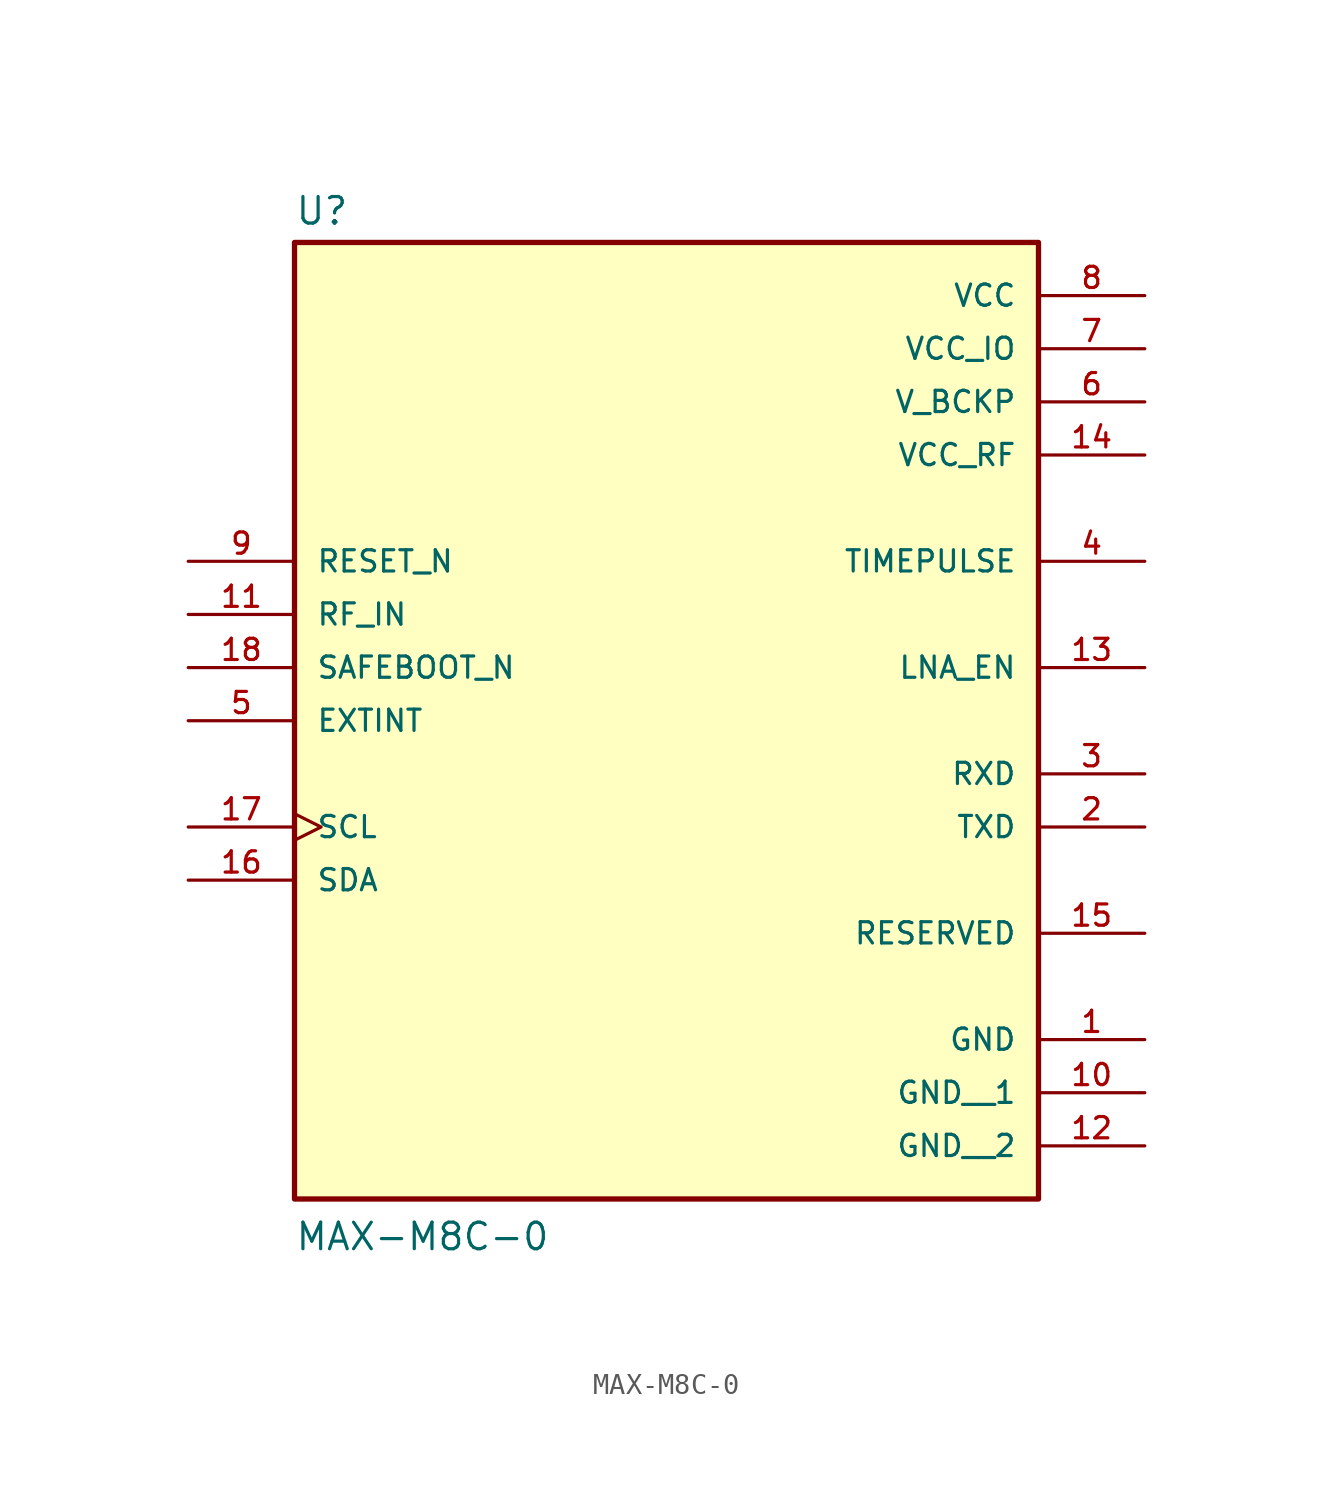
<source format=kicad_sym>
(kicad_symbol_lib
  (version 20211014)
  (generator kicad_symbol_editor)
  (symbol "MAX-M8C-0"
    (pin_names
      (offset 1.016))
    (property "Reference" "U"
      (at -17.78 21.082 0)
      (effects (font (size 1.27 1.27)) (justify bottom left)))
    (property "Value" "MAX-M8C-0"
      (at -17.78 -27.94 0)
      (effects (font (size 1.27 1.27)) (justify bottom left)))
    (symbol "MAX-M8C-0_0_0"
      (rectangle (start -17.78 -25.4) (end 17.78 20.32) (stroke (width 0.254)) (fill (type background)))
      (pin power_in line (at 22.86 -17.78 180.0) (length 5.08) (name "GND" (effects (font (size 1.016 1.016)))) (number "1" (effects (font (size 1.016 1.016)))))
      (pin output line (at 22.86 -7.62 180.0) (length 5.08) (name "TXD" (effects (font (size 1.016 1.016)))) (number "2" (effects (font (size 1.016 1.016)))))
      (pin input line (at 22.86 -5.08 180.0) (length 5.08) (name "RXD" (effects (font (size 1.016 1.016)))) (number "3" (effects (font (size 1.016 1.016)))))
      (pin output line (at 22.86 5.08 180.0) (length 5.08) (name "TIMEPULSE" (effects (font (size 1.016 1.016)))) (number "4" (effects (font (size 1.016 1.016)))))
      (pin input line (at -22.86 -2.54 0) (length 5.08) (name "EXTINT" (effects (font (size 1.016 1.016)))) (number "5" (effects (font (size 1.016 1.016)))))
      (pin power_in line (at 22.86 12.7 180.0) (length 5.08) (name "V_BCKP" (effects (font (size 1.016 1.016)))) (number "6" (effects (font (size 1.016 1.016)))))
      (pin power_in line (at 22.86 15.24 180.0) (length 5.08) (name "VCC_IO" (effects (font (size 1.016 1.016)))) (number "7" (effects (font (size 1.016 1.016)))))
      (pin power_in line (at 22.86 17.78 180.0) (length 5.08) (name "VCC" (effects (font (size 1.016 1.016)))) (number "8" (effects (font (size 1.016 1.016)))))
      (pin input line (at -22.86 5.08 0) (length 5.08) (name "RESET_N" (effects (font (size 1.016 1.016)))) (number "9" (effects (font (size 1.016 1.016)))))
      (pin input line (at -22.86 2.54 0) (length 5.08) (name "RF_IN" (effects (font (size 1.016 1.016)))) (number "11" (effects (font (size 1.016 1.016)))))
      (pin output line (at 22.86 0.0 180.0) (length 5.08) (name "LNA_EN" (effects (font (size 1.016 1.016)))) (number "13" (effects (font (size 1.016 1.016)))))
      (pin power_in line (at 22.86 10.16 180.0) (length 5.08) (name "VCC_RF" (effects (font (size 1.016 1.016)))) (number "14" (effects (font (size 1.016 1.016)))))
      (pin bidirectional line (at -22.86 -10.16 0) (length 5.08) (name "SDA" (effects (font (size 1.016 1.016)))) (number "16" (effects (font (size 1.016 1.016)))))
      (pin input clock (at -22.86 -7.62 0) (length 5.08) (name "SCL" (effects (font (size 1.016 1.016)))) (number "17" (effects (font (size 1.016 1.016)))))
      (pin input line (at -22.86 0.0 0) (length 5.08) (name "SAFEBOOT_N" (effects (font (size 1.016 1.016)))) (number "18" (effects (font (size 1.016 1.016)))))
      (pin passive line (at 22.86 -12.7 180.0) (length 5.08) (name "RESERVED" (effects (font (size 1.016 1.016)))) (number "15" (effects (font (size 1.016 1.016)))))
      (pin power_in line (at 22.86 -20.32 180.0) (length 5.08) (name "GND__1" (effects (font (size 1.016 1.016)))) (number "10" (effects (font (size 1.016 1.016)))))
      (pin power_in line (at 22.86 -22.86 180.0) (length 5.08) (name "GND__2" (effects (font (size 1.016 1.016)))) (number "12" (effects (font (size 1.016 1.016))))))))
</source>
